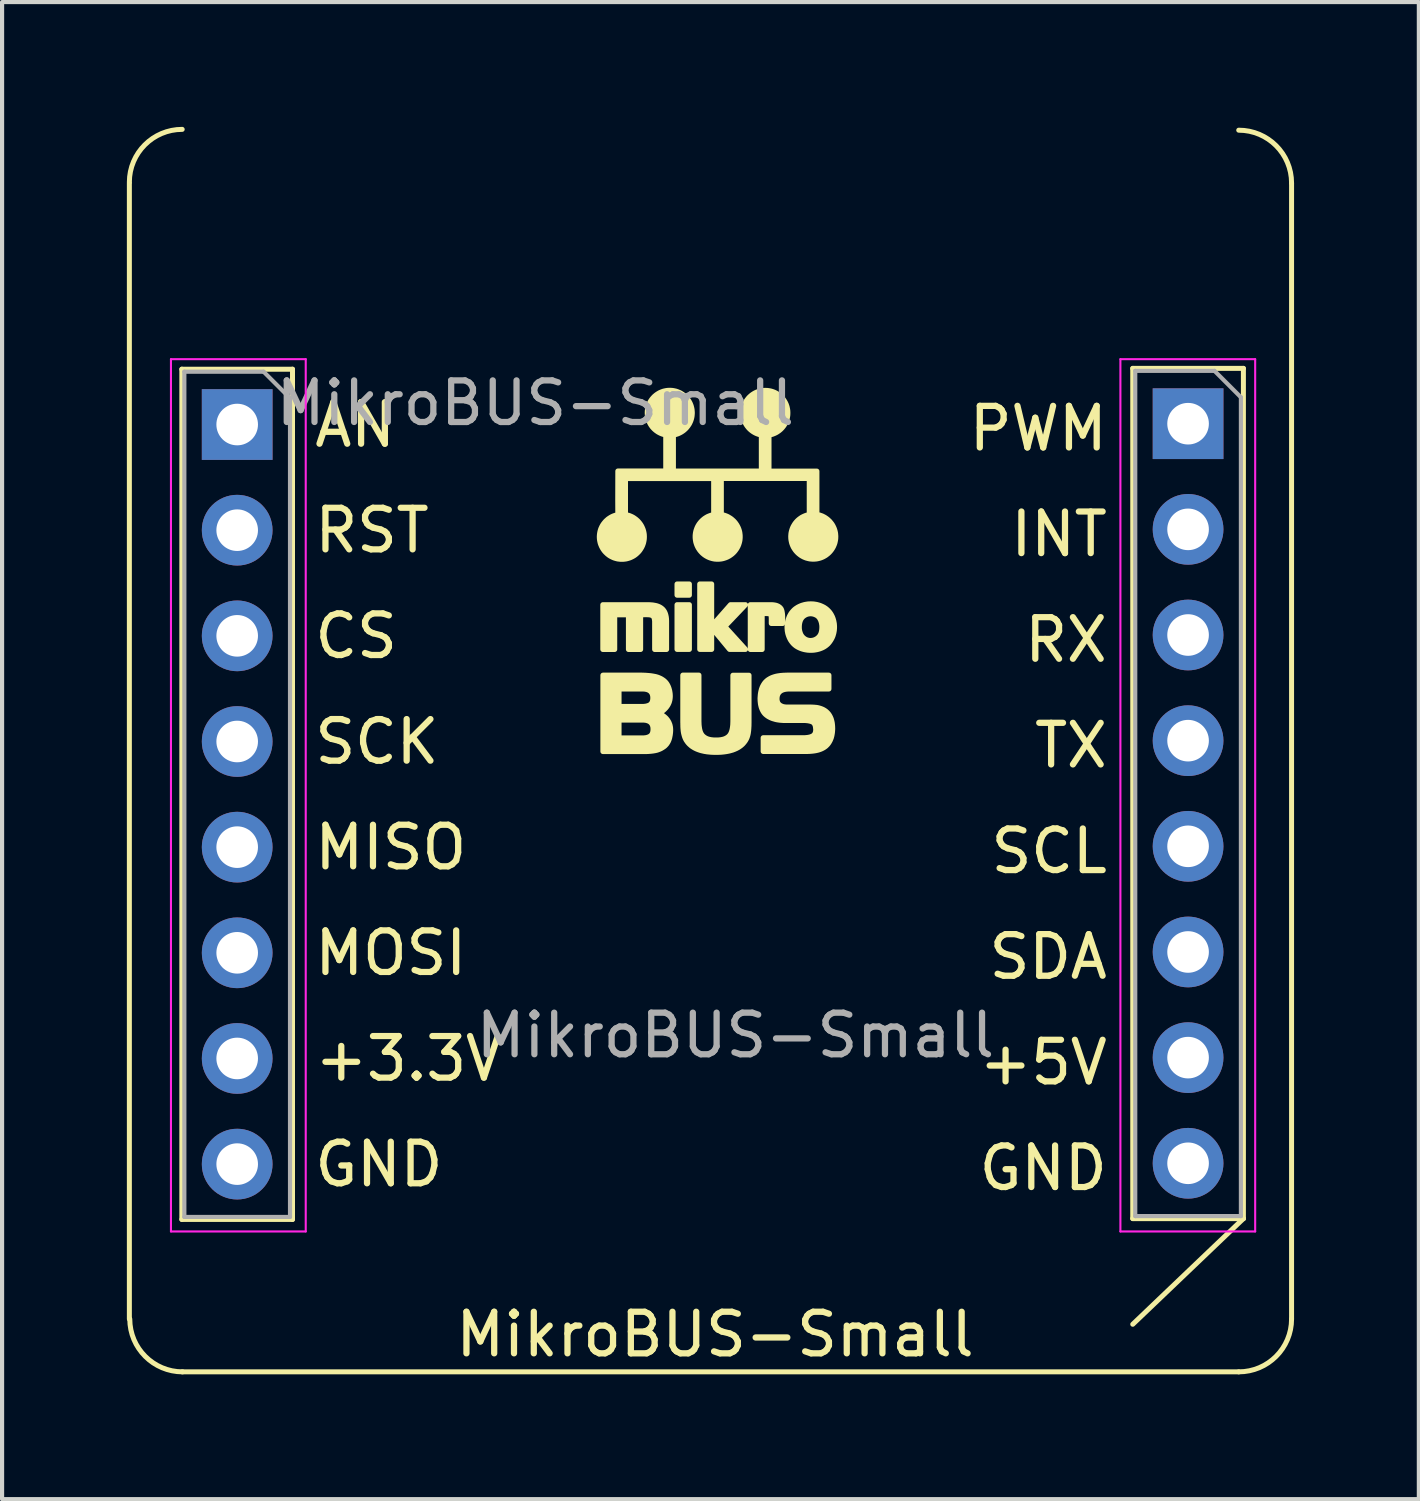
<source format=kicad_pcb>
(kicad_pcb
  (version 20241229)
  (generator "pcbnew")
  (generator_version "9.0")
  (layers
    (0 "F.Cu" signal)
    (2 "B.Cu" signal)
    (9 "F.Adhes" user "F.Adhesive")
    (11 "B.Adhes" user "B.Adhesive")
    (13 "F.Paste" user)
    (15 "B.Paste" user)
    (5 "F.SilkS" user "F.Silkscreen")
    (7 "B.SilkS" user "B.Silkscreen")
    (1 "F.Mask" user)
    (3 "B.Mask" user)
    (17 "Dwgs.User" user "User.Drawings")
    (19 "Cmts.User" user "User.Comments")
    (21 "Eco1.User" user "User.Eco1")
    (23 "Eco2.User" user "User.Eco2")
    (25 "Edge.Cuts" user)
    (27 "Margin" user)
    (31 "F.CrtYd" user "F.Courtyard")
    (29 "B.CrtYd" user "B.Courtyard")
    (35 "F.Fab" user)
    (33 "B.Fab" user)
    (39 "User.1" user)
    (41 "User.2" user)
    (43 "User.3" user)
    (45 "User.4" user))
  (footprint "MikroBUS-Small"
    (layer "F.Cu")
    (at 1.22 5.1)
    (property "Reference" "MikroBUS-Small" (at 12.92 23.93 0) (layer "F.SilkS") (effects (font (size 1 1) (thickness 0.15))))
    (attr through_hole)
    (fp_line (start -1.16 23.56) (end -1.16 -3.745) (stroke (width 0.12) (type solid)) (layer "F.SilkS"))
    (fp_line (start 0.102 0.726) (end 0.102 21.166) (stroke (width 0.12) (type solid)) (layer "F.SilkS"))
    (fp_line (start 0.102 0.726) (end 2.762 0.726) (stroke (width 0.12) (type solid)) (layer "F.SilkS"))
    (fp_line (start 0.102 21.166) (end 2.762 21.166) (stroke (width 0.12) (type solid)) (layer "F.SilkS"))
    (fp_line (start 0.11 24.83) (end 25.51 24.83) (stroke (width 0.12) (type solid)) (layer "F.SilkS"))
    (fp_line (start 2.762 0.726) (end 2.762 21.166) (stroke (width 0.12) (type solid)) (layer "F.SilkS"))
    (fp_line (start 22.962 0.706) (end 22.962 21.146) (stroke (width 0.12) (type solid)) (layer "F.SilkS"))
    (fp_line (start 22.962 0.706) (end 25.622 0.706) (stroke (width 0.12) (type solid)) (layer "F.SilkS"))
    (fp_line (start 22.962 21.146) (end 25.622 21.146) (stroke (width 0.12) (type solid)) (layer "F.SilkS"))
    (fp_line (start 22.962 23.686) (end 25.622 21.146) (stroke (width 0.12) (type solid)) (layer "F.SilkS"))
    (fp_line (start 25.622 0.706) (end 25.622 21.146) (stroke (width 0.12) (type solid)) (layer "F.SilkS"))
    (fp_line (start 26.78 23.56) (end 26.78 -3.745) (stroke (width 0.12) (type solid)) (layer "F.SilkS"))
    (fp_arc (start -1.16 -3.77) (mid -0.788026 -4.668026) (end 0.11 -5.04) (stroke (width 0.12) (type solid)) (layer "F.SilkS"))
    (fp_arc (start 0.12 24.83) (mid -0.778026 24.458026) (end -1.15 23.56) (stroke (width 0.12) (type solid)) (layer "F.SilkS"))
    (fp_arc (start 25.51 -5.02) (mid 26.408026 -4.648026) (end 26.78 -3.75) (stroke (width 0.12) (type solid)) (layer "F.SilkS"))
    (fp_arc (start 26.78 23.56) (mid 26.408026 24.458026) (end 25.51 24.83) (stroke (width 0.12) (type solid)) (layer "F.SilkS"))
    (fp_poly (pts (xy 12.301 6.157) (xy 12.008 6.157) (xy 12.008 5.891) (xy 12.301 5.891) (xy 12.301 6.157)) (stroke (width 0.125) (type solid)) (fill yes) (layer "F.SilkS"))
    (fp_poly (pts (xy 12.301 7.46) (xy 12.008 7.46) (xy 12.008 6.389) (xy 12.301 6.389) (xy 12.301 7.46)) (stroke (width 0.125) (type solid)) (fill yes) (layer "F.SilkS"))
    (fp_poly (pts (xy 12.837 7.46) (xy 12.554 7.46) (xy 12.554 5.891) (xy 12.837 5.891) (xy 12.837 6.905) (xy 13.292 6.389) (xy 13.651 6.389) (xy 13.153 6.912) (xy 13.651 7.46) (xy 13.269 7.46) (xy 12.837 6.939) (xy 12.837 7.46)) (stroke (width 0.125) (type solid)) (fill yes) (layer "F.SilkS"))
    (fp_poly (pts (xy 13.769 6.389) (xy 14.246 6.389) (xy 14.277 6.389) (xy 14.307 6.391) (xy 14.335 6.394) (xy 14.36 6.398) (xy 14.384 6.403) (xy 14.406 6.41) (xy 14.425 6.418) (xy 14.442 6.426) (xy 14.462 6.44) (xy 14.48 6.454) (xy 14.495 6.47) (xy 14.508 6.488) (xy 14.517 6.507) (xy 14.524 6.528) (xy 14.529 6.548) (xy 14.533 6.569) (xy 14.537 6.593) (xy 14.54 6.618) (xy 14.542 6.644) (xy 14.543 6.673) (xy 14.544 6.703) (xy 14.544 6.775) (xy 14.544 6.793) (xy 14.544 6.814) (xy 14.544 6.837) (xy 14.274 6.837) (xy 14.274 6.746) (xy 14.274 6.717) (xy 14.273 6.692) (xy 14.271 6.67) (xy 14.268 6.653) (xy 14.265 6.641) (xy 14.256 6.625) (xy 14.243 6.613) (xy 14.224 6.605) (xy 14.209 6.602) (xy 14.191 6.6) (xy 14.168 6.599) (xy 14.141 6.598) (xy 14.11 6.598) (xy 14.051 6.598) (xy 14.051 7.462) (xy 13.769 7.462) (xy 13.769 6.389)) (stroke (width 0.125) (type solid)) (fill yes) (layer "F.SilkS"))
    (fp_poly (pts (xy 10.226 6.389) (xy 11.308 6.389) (xy 11.335 6.39) (xy 11.362 6.391) (xy 11.387 6.393) (xy 11.412 6.395) (xy 11.435 6.398) (xy 11.457 6.402) (xy 11.479 6.406) (xy 11.499 6.41) (xy 11.525 6.417) (xy 11.55 6.426) (xy 11.574 6.436) (xy 11.596 6.447) (xy 11.617 6.46) (xy 11.637 6.475) (xy 11.655 6.49) (xy 11.671 6.507) (xy 11.686 6.526) (xy 11.7 6.547) (xy 11.712 6.57) (xy 11.722 6.594) (xy 11.729 6.613) (xy 11.735 6.634) (xy 11.74 6.656) (xy 11.745 6.679) (xy 11.748 6.703) (xy 11.751 6.729) (xy 11.752 6.755) (xy 11.753 6.783) (xy 11.753 7.462) (xy 11.47 7.462) (xy 11.47 6.819) (xy 11.47 6.786) (xy 11.467 6.757) (xy 11.463 6.731) (xy 11.457 6.708) (xy 11.449 6.689) (xy 11.44 6.674) (xy 11.429 6.662) (xy 11.414 6.651) (xy 11.396 6.642) (xy 11.374 6.635) (xy 11.35 6.63) (xy 11.321 6.627) (xy 11.29 6.626) (xy 11.274 6.626) (xy 11.251 6.626) (xy 11.222 6.626) (xy 11.198 6.627) (xy 11.175 6.628) (xy 11.152 6.628) (xy 11.129 6.628) (xy 11.129 7.462) (xy 10.84 7.462) (xy 10.84 6.628) (xy 10.506 6.628) (xy 10.506 7.462) (xy 10.224 7.462) (xy 10.224 6.389) (xy 10.226 6.389)) (stroke (width 0.125) (type solid)) (fill yes) (layer "F.SilkS"))
    (fp_poly (pts (xy 12.531 8.083) (xy 12.531 9.184) (xy 12.532 9.215) (xy 12.533 9.245) (xy 12.534 9.274) (xy 12.537 9.302) (xy 12.54 9.328) (xy 12.544 9.354) (xy 12.548 9.378) (xy 12.553 9.4) (xy 12.559 9.422) (xy 12.565 9.442) (xy 12.575 9.466) (xy 12.586 9.489) (xy 12.599 9.51) (xy 12.614 9.53) (xy 12.631 9.548) (xy 12.65 9.564) (xy 12.67 9.579) (xy 12.692 9.592) (xy 12.711 9.602) (xy 12.731 9.611) (xy 12.753 9.618) (xy 12.776 9.625) (xy 12.8 9.63) (xy 12.826 9.635) (xy 12.854 9.638) (xy 12.882 9.641) (xy 12.912 9.642) (xy 12.944 9.642) (xy 12.975 9.642) (xy 13.005 9.641) (xy 13.034 9.638) (xy 13.061 9.635) (xy 13.087 9.63) (xy 13.111 9.625) (xy 13.134 9.618) (xy 13.155 9.611) (xy 13.175 9.602) (xy 13.194 9.592) (xy 13.216 9.579) (xy 13.236 9.564) (xy 13.254 9.548) (xy 13.27 9.53) (xy 13.285 9.51) (xy 13.297 9.489) (xy 13.308 9.466) (xy 13.317 9.442) (xy 13.323 9.422) (xy 13.329 9.4) (xy 13.334 9.378) (xy 13.338 9.354) (xy 13.342 9.329) (xy 13.345 9.302) (xy 13.348 9.275) (xy 13.349 9.246) (xy 13.35 9.216) (xy 13.351 9.185) (xy 13.351 8.085) (xy 13.735 8.085) (xy 13.735 9.194) (xy 13.735 9.224) (xy 13.734 9.254) (xy 13.734 9.282) (xy 13.733 9.31) (xy 13.731 9.336) (xy 13.73 9.362) (xy 13.728 9.387) (xy 13.726 9.411) (xy 13.723 9.434) (xy 13.72 9.455) (xy 13.717 9.476) (xy 13.712 9.501) (xy 13.706 9.526) (xy 13.699 9.549) (xy 13.691 9.573) (xy 13.682 9.596) (xy 13.671 9.618) (xy 13.659 9.64) (xy 13.646 9.661) (xy 13.631 9.682) (xy 13.618 9.698) (xy 13.605 9.714) (xy 13.591 9.73) (xy 13.576 9.745) (xy 13.56 9.759) (xy 13.544 9.773) (xy 13.527 9.786) (xy 13.509 9.798) (xy 13.491 9.811) (xy 13.472 9.822) (xy 13.452 9.833) (xy 13.431 9.844) (xy 13.41 9.853) (xy 13.388 9.863) (xy 13.366 9.871) (xy 13.343 9.88) (xy 13.319 9.887) (xy 13.294 9.894) (xy 13.269 9.901) (xy 13.243 9.907) (xy 13.216 9.912) (xy 13.188 9.917) (xy 13.16 9.921) (xy 13.131 9.925) (xy 13.102 9.928) (xy 13.072 9.931) (xy 13.041 9.933) (xy 13.009 9.934) (xy 12.977 9.935) (xy 12.944 9.935) (xy 12.91 9.935) (xy 12.878 9.934) (xy 12.846 9.933) (xy 12.815 9.931) (xy 12.785 9.928) (xy 12.755 9.925) (xy 12.726 9.922) (xy 12.698 9.917) (xy 12.67 9.913) (xy 12.643 9.907) (xy 12.617 9.901) (xy 12.591 9.895) (xy 12.567 9.888) (xy 12.543 9.88) (xy 12.519 9.872) (xy 12.496 9.863) (xy 12.474 9.854) (xy 12.453 9.844) (xy 12.433 9.834) (xy 12.413 9.823) (xy 12.394 9.811) (xy 12.375 9.799) (xy 12.357 9.787) (xy 12.34 9.773) (xy 12.324 9.759) (xy 12.308 9.745) (xy 12.293 9.73) (xy 12.279 9.715) (xy 12.265 9.698) (xy 12.253 9.682) (xy 12.239 9.662) (xy 12.226 9.643) (xy 12.215 9.622) (xy 12.205 9.601) (xy 12.196 9.58) (xy 12.188 9.558) (xy 12.181 9.535) (xy 12.174 9.509) (xy 12.167 9.482) (xy 12.162 9.456) (xy 12.158 9.431) (xy 12.155 9.405) (xy 12.153 9.38) (xy 12.151 9.361) (xy 12.15 9.34) (xy 12.149 9.318) (xy 12.149 9.296) (xy 12.148 9.272) (xy 12.148 9.246) (xy 12.147 9.22) (xy 12.147 9.192) (xy 12.147 8.082) (xy 12.531 8.082) (xy 12.531 8.083)) (stroke (width 0.125) (type solid)) (fill yes) (layer "F.SilkS"))
    (fp_poly (pts (xy 11.178 9.592) (xy 11.231 9.916) (xy 10.226 9.916) (xy 10.226 8.083) (xy 11.165 8.083) (xy 11.193 8.084) (xy 11.22 8.085) (xy 11.247 8.086) (xy 11.273 8.088) (xy 11.299 8.09) (xy 11.324 8.092) (xy 11.349 8.094) (xy 11.373 8.097) (xy 11.396 8.1) (xy 11.419 8.104) (xy 11.442 8.108) (xy 11.463 8.112) (xy 11.489 8.117) (xy 11.514 8.124) (xy 11.538 8.131) (xy 11.562 8.14) (xy 11.585 8.15) (xy 11.608 8.16) (xy 11.63 8.172) (xy 11.651 8.185) (xy 11.672 8.199) (xy 11.692 8.214) (xy 11.709 8.229) (xy 11.725 8.245) (xy 11.74 8.262) (xy 11.754 8.28) (xy 11.767 8.3) (xy 11.779 8.321) (xy 11.79 8.343) (xy 11.8 8.366) (xy 11.809 8.39) (xy 11.817 8.416) (xy 11.824 8.442) (xy 11.83 8.469) (xy 11.834 8.494) (xy 11.838 8.519) (xy 11.84 8.542) (xy 11.841 8.564) (xy 11.842 8.585) (xy 11.841 8.61) (xy 11.839 8.634) (xy 11.836 8.657) (xy 11.832 8.681) (xy 11.826 8.703) (xy 11.82 8.725) (xy 11.812 8.747) (xy 11.802 8.768) (xy 11.792 8.789) (xy 11.78 8.809) (xy 11.767 8.829) (xy 11.753 8.848) (xy 11.738 8.867) (xy 11.721 8.885) (xy 11.703 8.903) (xy 11.684 8.921) (xy 11.664 8.937) (xy 11.642 8.954) (xy 11.62 8.969) (xy 11.596 8.985) (xy 11.57 9) (xy 11.593 9.011) (xy 11.615 9.022) (xy 11.636 9.034) (xy 11.656 9.047) (xy 11.676 9.06) (xy 11.694 9.074) (xy 11.711 9.088) (xy 11.728 9.103) (xy 11.745 9.12) (xy 11.76 9.138) (xy 11.775 9.157) (xy 11.788 9.176) (xy 11.8 9.196) (xy 11.811 9.217) (xy 11.82 9.239) (xy 11.829 9.261) (xy 11.836 9.283) (xy 11.841 9.306) (xy 11.846 9.33) (xy 11.849 9.354) (xy 11.85 9.379) (xy 11.851 9.405) (xy 11.85 9.425) (xy 11.849 9.447) (xy 11.847 9.469) (xy 11.844 9.493) (xy 11.841 9.517) (xy 11.836 9.542) (xy 11.831 9.567) (xy 11.825 9.595) (xy 11.817 9.621) (xy 11.808 9.645) (xy 11.798 9.669) (xy 11.786 9.691) (xy 11.773 9.712) (xy 11.76 9.732) (xy 11.745 9.75) (xy 11.729 9.767) (xy 11.712 9.784) (xy 11.693 9.799) (xy 11.674 9.812) (xy 11.654 9.825) (xy 11.634 9.837) (xy 11.614 9.848) (xy 11.592 9.858) (xy 11.57 9.867) (xy 11.548 9.875) (xy 11.525 9.883) (xy 11.501 9.889) (xy 11.478 9.894) (xy 11.455 9.898) (xy 11.431 9.902) (xy 11.407 9.905) (xy 11.383 9.908) (xy 11.359 9.91) (xy 11.334 9.912) (xy 11.309 9.914) (xy 11.284 9.915) (xy 11.258 9.915) (xy 11.231 9.916) (xy 11.178 9.592) (xy 11.207 9.592) (xy 11.235 9.589) (xy 11.26 9.586) (xy 11.285 9.58) (xy 11.307 9.574) (xy 11.328 9.565) (xy 11.348 9.556) (xy 11.365 9.544) (xy 11.381 9.531) (xy 11.394 9.516) (xy 11.406 9.498) (xy 11.415 9.479) (xy 11.422 9.457) (xy 11.427 9.433) (xy 11.43 9.407) (xy 11.431 9.378) (xy 11.41 8.725) (xy 11.417 8.704) (xy 11.422 8.68) (xy 11.425 8.654) (xy 11.426 8.626) (xy 11.425 8.6) (xy 11.422 8.576) (xy 11.417 8.554) (xy 11.41 8.533) (xy 11.401 8.513) (xy 11.39 8.496) (xy 11.377 8.48) (xy 11.363 8.466) (xy 11.346 8.453) (xy 11.327 8.442) (xy 11.306 8.433) (xy 11.283 8.425) (xy 11.259 8.42) (xy 11.232 8.415) (xy 11.203 8.413) (xy 11.172 8.412) (xy 10.61 8.412) (xy 10.61 8.835) (xy 11.172 8.835) (xy 11.202 8.835) (xy 11.23 8.832) (xy 11.256 8.829) (xy 11.281 8.823) (xy 11.304 8.817) (xy 11.325 8.809) (xy 11.344 8.8) (xy 11.362 8.789) (xy 11.377 8.776) (xy 11.39 8.761) (xy 11.401 8.744) (xy 11.41 8.725) (xy 11.431 9.378) (xy 11.43 9.353) (xy 11.428 9.33) (xy 11.423 9.307) (xy 11.417 9.287) (xy 11.409 9.268) (xy 11.4 9.25) (xy 11.388 9.235) (xy 11.375 9.22) (xy 11.36 9.207) (xy 11.344 9.196) (xy 11.325 9.186) (xy 11.305 9.178) (xy 11.283 9.171) (xy 11.259 9.165) (xy 11.234 9.162) (xy 11.207 9.159) (xy 11.178 9.159) (xy 10.61 9.159) (xy 10.61 9.592) (xy 11.178 9.592)) (stroke (width 0.125) (type solid)) (fill yes) (layer "F.SilkS"))
    (fp_poly (pts (xy 15.124 7.233) (xy 15.575 7.378) (xy 15.556 7.391) (xy 15.535 7.404) (xy 15.514 7.415) (xy 15.492 7.426) (xy 15.469 7.435) (xy 15.446 7.444) (xy 15.422 7.452) (xy 15.397 7.459) (xy 15.373 7.465) (xy 15.348 7.47) (xy 15.323 7.474) (xy 15.298 7.478) (xy 15.272 7.48) (xy 15.247 7.481) (xy 15.221 7.482) (xy 15.195 7.481) (xy 15.17 7.48) (xy 15.144 7.478) (xy 15.119 7.474) (xy 15.094 7.47) (xy 15.069 7.465) (xy 15.045 7.459) (xy 15.02 7.452) (xy 14.996 7.444) (xy 14.972 7.435) (xy 14.949 7.425) (xy 14.926 7.414) (xy 14.905 7.403) (xy 14.885 7.391) (xy 14.865 7.378) (xy 14.847 7.364) (xy 14.829 7.349) (xy 14.812 7.333) (xy 14.795 7.316) (xy 14.78 7.298) (xy 14.765 7.279) (xy 14.751 7.26) (xy 14.737 7.239) (xy 14.725 7.218) (xy 14.714 7.196) (xy 14.703 7.173) (xy 14.694 7.15) (xy 14.685 7.126) (xy 14.677 7.101) (xy 14.67 7.077) (xy 14.665 7.052) (xy 14.66 7.027) (xy 14.657 7.002) (xy 14.655 6.976) (xy 14.653 6.951) (xy 14.653 6.925) (xy 14.653 6.9) (xy 14.655 6.875) (xy 14.657 6.85) (xy 14.661 6.826) (xy 14.666 6.801) (xy 14.671 6.777) (xy 14.678 6.753) (xy 14.685 6.729) (xy 14.694 6.705) (xy 14.703 6.681) (xy 14.713 6.659) (xy 14.725 6.637) (xy 14.737 6.616) (xy 14.75 6.595) (xy 14.765 6.576) (xy 14.78 6.557) (xy 14.796 6.539) (xy 14.813 6.521) (xy 14.83 6.505) (xy 14.848 6.49) (xy 14.867 6.476) (xy 14.887 6.463) (xy 14.907 6.45) (xy 14.928 6.439) (xy 14.95 6.428) (xy 14.973 6.418) (xy 14.997 6.408) (xy 15.022 6.4) (xy 15.046 6.393) (xy 15.071 6.386) (xy 15.096 6.381) (xy 15.121 6.377) (xy 15.146 6.373) (xy 15.171 6.371) (xy 15.197 6.37) (xy 15.222 6.369) (xy 15.248 6.37) (xy 15.274 6.371) (xy 15.299 6.373) (xy 15.324 6.377) (xy 15.349 6.381) (xy 15.374 6.386) (xy 15.398 6.393) (xy 15.423 6.4) (xy 15.447 6.408) (xy 15.471 6.418) (xy 15.494 6.428) (xy 15.516 6.439) (xy 15.538 6.45) (xy 15.558 6.463) (xy 15.578 6.476) (xy 15.596 6.49) (xy 15.614 6.505) (xy 15.631 6.521) (xy 15.648 6.538) (xy 15.664 6.556) (xy 15.679 6.574) (xy 15.693 6.594) (xy 15.706 6.614) (xy 15.718 6.635) (xy 15.729 6.656) (xy 15.74 6.678) (xy 15.749 6.701) (xy 15.758 6.725) (xy 15.765 6.749) (xy 15.772 6.774) (xy 15.777 6.799) (xy 15.782 6.823) (xy 15.786 6.848) (xy 15.788 6.874) (xy 15.79 6.899) (xy 15.79 6.925) (xy 15.79 6.95) (xy 15.788 6.975) (xy 15.786 7.001) (xy 15.782 7.026) (xy 15.777 7.051) (xy 15.772 7.076) (xy 15.765 7.1) (xy 15.758 7.125) (xy 15.749 7.15) (xy 15.739 7.173) (xy 15.728 7.196) (xy 15.716 7.217) (xy 15.703 7.239) (xy 15.69 7.259) (xy 15.676 7.279) (xy 15.661 7.298) (xy 15.646 7.316) (xy 15.63 7.333) (xy 15.612 7.349) (xy 15.594 7.364) (xy 15.575 7.378) (xy 15.124 7.233) (xy 15.147 7.24) (xy 15.17 7.246) (xy 15.193 7.249) (xy 15.217 7.25) (xy 15.241 7.248) (xy 15.265 7.245) (xy 15.288 7.24) (xy 15.31 7.233) (xy 15.332 7.224) (xy 15.353 7.212) (xy 15.374 7.2) (xy 15.393 7.184) (xy 15.411 7.168) (xy 15.427 7.15) (xy 15.441 7.131) (xy 15.453 7.11) (xy 15.464 7.088) (xy 15.472 7.064) (xy 15.478 7.041) (xy 15.483 7.019) (xy 15.486 6.996) (xy 15.488 6.973) (xy 15.49 6.951) (xy 15.49 6.928) (xy 15.49 6.902) (xy 15.488 6.877) (xy 15.484 6.853) (xy 15.48 6.829) (xy 15.474 6.806) (xy 15.467 6.783) (xy 15.459 6.762) (xy 15.449 6.741) (xy 15.437 6.718) (xy 15.423 6.697) (xy 15.407 6.678) (xy 15.389 6.662) (xy 15.369 6.647) (xy 15.348 6.635) (xy 15.324 6.625) (xy 15.304 6.617) (xy 15.283 6.611) (xy 15.262 6.607) (xy 15.241 6.604) (xy 15.221 6.603) (xy 15.196 6.604) (xy 15.171 6.607) (xy 15.148 6.612) (xy 15.125 6.619) (xy 15.102 6.628) (xy 15.081 6.64) (xy 15.06 6.653) (xy 15.04 6.668) (xy 15.022 6.685) (xy 15.007 6.703) (xy 14.993 6.723) (xy 14.981 6.744) (xy 14.971 6.766) (xy 14.963 6.789) (xy 14.957 6.811) (xy 14.952 6.833) (xy 14.948 6.855) (xy 14.946 6.878) (xy 14.944 6.901) (xy 14.944 6.925) (xy 14.944 6.95) (xy 14.946 6.975) (xy 14.95 7) (xy 14.954 7.024) (xy 14.961 7.047) (xy 14.968 7.07) (xy 14.977 7.092) (xy 14.987 7.114) (xy 15 7.134) (xy 15.014 7.153) (xy 15.03 7.171) (xy 15.046 7.186) (xy 15.064 7.2) (xy 15.083 7.213) (xy 15.103 7.224) (xy 15.124 7.233)) (stroke (width 0.125) (type solid)) (fill yes) (layer "F.SilkS"))
    (fp_poly (pts (xy 15.656 8.412) (xy 14.706 8.412) (xy 14.676 8.413) (xy 14.646 8.415) (xy 14.619 8.418) (xy 14.593 8.423) (xy 14.569 8.429) (xy 14.547 8.436) (xy 14.526 8.445) (xy 14.507 8.455) (xy 14.49 8.466) (xy 14.475 8.479) (xy 14.461 8.493) (xy 14.448 8.508) (xy 14.438 8.524) (xy 14.429 8.542) (xy 14.421 8.561) (xy 14.415 8.582) (xy 14.411 8.604) (xy 14.409 8.627) (xy 14.408 8.651) (xy 14.409 8.679) (xy 14.414 8.705) (xy 14.421 8.729) (xy 14.43 8.75) (xy 14.443 8.769) (xy 14.458 8.786) (xy 14.476 8.801) (xy 14.493 8.813) (xy 14.512 8.822) (xy 14.532 8.831) (xy 14.553 8.838) (xy 14.576 8.843) (xy 14.6 8.847) (xy 14.625 8.849) (xy 14.651 8.85) (xy 15.16 8.85) (xy 15.19 8.85) (xy 15.218 8.85) (xy 15.245 8.851) (xy 15.27 8.852) (xy 15.294 8.853) (xy 15.316 8.855) (xy 15.337 8.857) (xy 15.36 8.859) (xy 15.384 8.863) (xy 15.407 8.868) (xy 15.431 8.875) (xy 15.455 8.882) (xy 15.479 8.891) (xy 15.503 8.901) (xy 15.526 8.912) (xy 15.548 8.925) (xy 15.568 8.938) (xy 15.588 8.953) (xy 15.606 8.969) (xy 15.622 8.985) (xy 15.637 9.001) (xy 15.651 9.018) (xy 15.664 9.037) (xy 15.676 9.056) (xy 15.687 9.077) (xy 15.697 9.098) (xy 15.707 9.121) (xy 15.715 9.144) (xy 15.722 9.169) (xy 15.728 9.194) (xy 15.734 9.22) (xy 15.738 9.248) (xy 15.741 9.276) (xy 15.744 9.306) (xy 15.745 9.336) (xy 15.746 9.367) (xy 15.745 9.395) (xy 15.743 9.422) (xy 15.741 9.448) (xy 15.738 9.473) (xy 15.734 9.497) (xy 15.73 9.521) (xy 15.725 9.544) (xy 15.719 9.566) (xy 15.713 9.588) (xy 15.705 9.608) (xy 15.697 9.628) (xy 15.687 9.651) (xy 15.675 9.673) (xy 15.663 9.694) (xy 15.65 9.714) (xy 15.636 9.733) (xy 15.621 9.751) (xy 15.605 9.767) (xy 15.589 9.783) (xy 15.571 9.798) (xy 15.552 9.811) (xy 15.533 9.824) (xy 15.513 9.835) (xy 15.492 9.846) (xy 15.47 9.856) (xy 15.447 9.865) (xy 15.424 9.873) (xy 15.399 9.881) (xy 15.374 9.887) (xy 15.353 9.892) (xy 15.331 9.896) (xy 15.308 9.9) (xy 15.285 9.903) (xy 15.262 9.906) (xy 15.237 9.908) (xy 15.212 9.91) (xy 15.186 9.912) (xy 15.16 9.913) (xy 15.132 9.914) (xy 15.104 9.914) (xy 14.079 9.914) (xy 14.079 9.587) (xy 15.046 9.587) (xy 15.076 9.587) (xy 15.105 9.585) (xy 15.132 9.582) (xy 15.158 9.579) (xy 15.182 9.574) (xy 15.205 9.569) (xy 15.226 9.562) (xy 15.245 9.554) (xy 15.263 9.546) (xy 15.282 9.534) (xy 15.298 9.52) (xy 15.311 9.505) (xy 15.322 9.486) (xy 15.331 9.466) (xy 15.337 9.443) (xy 15.341 9.418) (xy 15.342 9.391) (xy 15.342 9.374) (xy 15.338 9.348) (xy 15.335 9.319) (xy 15.329 9.293) (xy 15.32 9.27) (xy 15.309 9.25) (xy 15.296 9.232) (xy 15.281 9.218) (xy 15.263 9.207) (xy 15.246 9.199) (xy 15.227 9.192) (xy 15.205 9.186) (xy 15.182 9.181) (xy 15.157 9.176) (xy 15.131 9.173) (xy 15.102 9.17) (xy 15.071 9.169) (xy 14.617 9.169) (xy 14.586 9.169) (xy 14.556 9.168) (xy 14.527 9.166) (xy 14.498 9.164) (xy 14.47 9.161) (xy 14.443 9.157) (xy 14.417 9.153) (xy 14.391 9.148) (xy 14.367 9.142) (xy 14.343 9.135) (xy 14.319 9.128) (xy 14.297 9.121) (xy 14.275 9.112) (xy 14.254 9.103) (xy 14.234 9.093) (xy 14.215 9.083) (xy 14.196 9.072) (xy 14.179 9.06) (xy 14.162 9.048) (xy 14.145 9.034) (xy 14.128 9.019) (xy 14.113 9.003) (xy 14.099 8.986) (xy 14.086 8.968) (xy 14.074 8.948) (xy 14.063 8.928) (xy 14.053 8.907) (xy 14.044 8.885) (xy 14.035 8.861) (xy 14.028 8.837) (xy 14.022 8.811) (xy 14.016 8.785) (xy 14.012 8.757) (xy 14.009 8.729) (xy 14.006 8.699) (xy 14.005 8.669) (xy 14.004 8.637) (xy 14.006 8.609) (xy 14.008 8.582) (xy 14.01 8.556) (xy 14.013 8.53) (xy 14.017 8.505) (xy 14.022 8.481) (xy 14.027 8.458) (xy 14.033 8.435) (xy 14.039 8.413) (xy 14.047 8.393) (xy 14.054 8.373) (xy 14.065 8.349) (xy 14.077 8.327) (xy 14.089 8.306) (xy 14.102 8.286) (xy 14.116 8.267) (xy 14.131 8.249) (xy 14.147 8.233) (xy 14.164 8.217) (xy 14.181 8.203) (xy 14.2 8.189) (xy 14.22 8.177) (xy 14.24 8.165) (xy 14.261 8.154) (xy 14.282 8.144) (xy 14.305 8.135) (xy 14.328 8.127) (xy 14.353 8.119) (xy 14.378 8.112) (xy 14.399 8.107) (xy 14.421 8.103) (xy 14.443 8.099) (xy 14.466 8.096) (xy 14.49 8.092) (xy 14.514 8.09) (xy 14.539 8.088) (xy 14.565 8.086) (xy 14.591 8.085) (xy 14.618 8.084) (xy 14.646 8.083) (xy 15.656 8.083) (xy 15.656 8.412)) (stroke (width 0.125) (type solid)) (fill yes) (layer "F.SilkS"))
    (fp_poly (pts (xy 15.365 3.178) (xy 15.187 3.178) (xy 14.215 3.178) (xy 14.215 2.308) (xy 14.239 2.304) (xy 14.263 2.299) (xy 14.286 2.292) (xy 14.309 2.285) (xy 14.331 2.276) (xy 14.353 2.267) (xy 14.374 2.257) (xy 14.395 2.246) (xy 14.415 2.234) (xy 14.434 2.221) (xy 14.453 2.208) (xy 14.472 2.193) (xy 14.49 2.178) (xy 14.507 2.162) (xy 14.523 2.145) (xy 14.539 2.128) (xy 14.553 2.11) (xy 14.568 2.091) (xy 14.581 2.072) (xy 14.593 2.052) (xy 14.605 2.032) (xy 14.616 2.011) (xy 14.625 1.989) (xy 14.634 1.967) (xy 14.642 1.945) (xy 14.649 1.922) (xy 14.655 1.899) (xy 14.66 1.875) (xy 14.664 1.851) (xy 14.667 1.826) (xy 14.668 1.801) (xy 14.669 1.776) (xy 14.668 1.752) (xy 14.667 1.727) (xy 14.664 1.703) (xy 14.66 1.679) (xy 14.655 1.656) (xy 14.65 1.633) (xy 14.643 1.61) (xy 14.635 1.588) (xy 14.627 1.566) (xy 14.617 1.545) (xy 14.607 1.524) (xy 14.595 1.504) (xy 14.583 1.484) (xy 14.57 1.465) (xy 14.557 1.447) (xy 14.542 1.429) (xy 14.527 1.411) (xy 14.511 1.395) (xy 14.495 1.379) (xy 14.477 1.364) (xy 14.459 1.349) (xy 14.441 1.336) (xy 14.422 1.323) (xy 14.402 1.311) (xy 14.382 1.299) (xy 14.361 1.289) (xy 14.34 1.279) (xy 14.318 1.271) (xy 14.296 1.263) (xy 14.273 1.256) (xy 14.25 1.25) (xy 14.227 1.246) (xy 14.203 1.242) (xy 14.179 1.239) (xy 14.154 1.238) (xy 14.13 1.237) (xy 14.105 1.238) (xy 14.08 1.239) (xy 14.056 1.242) (xy 14.033 1.246) (xy 14.009 1.25) (xy 13.986 1.256) (xy 13.963 1.263) (xy 13.941 1.271) (xy 13.92 1.279) (xy 13.898 1.289) (xy 13.878 1.299) (xy 13.857 1.311) (xy 13.838 1.323) (xy 13.818 1.336) (xy 13.8 1.349) (xy 13.782 1.364) (xy 13.765 1.379) (xy 13.748 1.395) (xy 13.732 1.411) (xy 13.717 1.429) (xy 13.703 1.447) (xy 13.689 1.465) (xy 13.676 1.484) (xy 13.664 1.504) (xy 13.653 1.524) (xy 13.642 1.545) (xy 13.633 1.566) (xy 13.624 1.588) (xy 13.616 1.61) (xy 13.61 1.633) (xy 13.604 1.656) (xy 13.599 1.679) (xy 13.595 1.703) (xy 13.593 1.727) (xy 13.591 1.752) (xy 13.59 1.776) (xy 13.591 1.802) (xy 13.593 1.827) (xy 13.596 1.852) (xy 13.6 1.877) (xy 13.605 1.901) (xy 13.611 1.925) (xy 13.618 1.948) (xy 13.627 1.971) (xy 13.636 1.993) (xy 13.646 2.015) (xy 13.657 2.036) (xy 13.669 2.057) (xy 13.682 2.077) (xy 13.696 2.097) (xy 13.711 2.115) (xy 13.726 2.134) (xy 13.742 2.151) (xy 13.759 2.168) (xy 13.777 2.184) (xy 13.795 2.199) (xy 13.814 2.213) (xy 13.834 2.227) (xy 13.854 2.239) (xy 13.875 2.251) (xy 13.896 2.262) (xy 13.918 2.272) (xy 13.941 2.281) (xy 13.964 2.289) (xy 13.987 2.296) (xy 14.011 2.302) (xy 14.035 2.307) (xy 14.035 3.176) (xy 13.069 3.176) (xy 12.889 3.176) (xy 11.917 3.176) (xy 11.917 2.307) (xy 11.941 2.302) (xy 11.965 2.297) (xy 11.988 2.29) (xy 12.01 2.283) (xy 12.033 2.275) (xy 12.054 2.265) (xy 12.076 2.255) (xy 12.096 2.244) (xy 12.117 2.232) (xy 12.136 2.219) (xy 12.155 2.206) (xy 12.174 2.191) (xy 12.191 2.176) (xy 12.208 2.16) (xy 12.225 2.144) (xy 12.24 2.126) (xy 12.255 2.108) (xy 12.269 2.09) (xy 12.282 2.07) (xy 12.295 2.051) (xy 12.307 2.03) (xy 12.317 2.009) (xy 12.327 1.988) (xy 12.336 1.966) (xy 12.344 1.943) (xy 12.351 1.92) (xy 12.357 1.897) (xy 12.362 1.873) (xy 12.366 1.849) (xy 12.368 1.824) (xy 12.37 1.8) (xy 12.371 1.775) (xy 12.37 1.75) (xy 12.368 1.725) (xy 12.366 1.701) (xy 12.362 1.677) (xy 12.357 1.654) (xy 12.351 1.631) (xy 12.345 1.608) (xy 12.337 1.586) (xy 12.328 1.564) (xy 12.319 1.543) (xy 12.308 1.522) (xy 12.297 1.502) (xy 12.285 1.482) (xy 12.272 1.463) (xy 12.258 1.445) (xy 12.244 1.427) (xy 12.229 1.41) (xy 12.213 1.393) (xy 12.196 1.377) (xy 12.179 1.362) (xy 12.161 1.347) (xy 12.143 1.334) (xy 12.123 1.321) (xy 12.104 1.309) (xy 12.083 1.297) (xy 12.063 1.287) (xy 12.041 1.278) (xy 12.02 1.269) (xy 11.997 1.261) (xy 11.975 1.254) (xy 11.952 1.249) (xy 11.928 1.244) (xy 11.905 1.24) (xy 11.88 1.237) (xy 11.856 1.236) (xy 11.831 1.235) (xy 11.807 1.236) (xy 11.782 1.237) (xy 11.758 1.24) (xy 11.734 1.244) (xy 11.711 1.249) (xy 11.688 1.254) (xy 11.665 1.261) (xy 11.643 1.269) (xy 11.621 1.278) (xy 11.6 1.287) (xy 11.579 1.297) (xy 11.559 1.309) (xy 11.539 1.321) (xy 11.52 1.334) (xy 11.502 1.347) (xy 11.484 1.362) (xy 11.466 1.377) (xy 11.45 1.393) (xy 11.434 1.41) (xy 11.419 1.427) (xy 11.404 1.445) (xy 11.391 1.463) (xy 11.378 1.482) (xy 11.366 1.502) (xy 11.354 1.522) (xy 11.344 1.543) (xy 11.334 1.564) (xy 11.326 1.586) (xy 11.318 1.608) (xy 11.311 1.631) (xy 11.306 1.654) (xy 11.301 1.677) (xy 11.297 1.701) (xy 11.294 1.725) (xy 11.293 1.75) (xy 11.292 1.775) (xy 11.293 1.8) (xy 11.294 1.825) (xy 11.297 1.85) (xy 11.301 1.875) (xy 11.307 1.899) (xy 11.313 1.923) (xy 11.32 1.946) (xy 11.328 1.969) (xy 11.338 1.991) (xy 11.348 2.013) (xy 11.359 2.034) (xy 11.371 2.055) (xy 11.384 2.075) (xy 11.398 2.095) (xy 11.412 2.114) (xy 11.428 2.132) (xy 11.444 2.149) (xy 11.461 2.166) (xy 11.479 2.182) (xy 11.497 2.197) (xy 11.516 2.211) (xy 11.536 2.225) (xy 11.556 2.238) (xy 11.577 2.249) (xy 11.598 2.26) (xy 11.62 2.27) (xy 11.642 2.279) (xy 11.665 2.287) (xy 11.689 2.294) (xy 11.713 2.3) (xy 11.737 2.305) (xy 11.737 3.175) (xy 10.585 3.175) (xy 10.583 3.882) (xy 10.585 4.225) (xy 10.561 4.229) (xy 10.537 4.235) (xy 10.514 4.242) (xy 10.491 4.25) (xy 10.468 4.259) (xy 10.446 4.269) (xy 10.425 4.28) (xy 10.404 4.292) (xy 10.384 4.305) (xy 10.364 4.318) (xy 10.345 4.332) (xy 10.327 4.348) (xy 10.309 4.364) (xy 10.292 4.38) (xy 10.276 4.398) (xy 10.261 4.416) (xy 10.246 4.435) (xy 10.232 4.454) (xy 10.219 4.474) (xy 10.207 4.495) (xy 10.196 4.516) (xy 10.186 4.538) (xy 10.176 4.56) (xy 10.168 4.583) (xy 10.161 4.607) (xy 10.155 4.63) (xy 10.15 4.655) (xy 10.146 4.679) (xy 10.143 4.704) (xy 10.141 4.729) (xy 10.14 4.755) (xy 10.141 4.78) (xy 10.142 4.804) (xy 10.145 4.828) (xy 10.149 4.852) (xy 10.154 4.875) (xy 10.159 4.898) (xy 10.166 4.921) (xy 10.174 4.943) (xy 10.183 4.965) (xy 10.192 4.986) (xy 10.203 5.007) (xy 10.214 5.027) (xy 10.226 5.047) (xy 10.239 5.066) (xy 10.252 5.085) (xy 10.267 5.103) (xy 10.282 5.12) (xy 10.298 5.136) (xy 10.315 5.152) (xy 10.332 5.168) (xy 10.35 5.182) (xy 10.368 5.196) (xy 10.387 5.209) (xy 10.407 5.221) (xy 10.427 5.232) (xy 10.448 5.242) (xy 10.469 5.252) (xy 10.491 5.261) (xy 10.513 5.268) (xy 10.536 5.275) (xy 10.559 5.281) (xy 10.582 5.286) (xy 10.606 5.289) (xy 10.63 5.292) (xy 10.655 5.294) (xy 10.68 5.294) (xy 10.704 5.294) (xy 10.729 5.292) (xy 10.753 5.289) (xy 10.777 5.286) (xy 10.8 5.281) (xy 10.823 5.275) (xy 10.846 5.268) (xy 10.868 5.261) (xy 10.89 5.252) (xy 10.911 5.242) (xy 10.932 5.232) (xy 10.952 5.221) (xy 10.972 5.209) (xy 10.991 5.196) (xy 11.009 5.182) (xy 11.027 5.168) (xy 11.044 5.152) (xy 11.061 5.136) (xy 11.077 5.12) (xy 11.092 5.103) (xy 11.107 5.085) (xy 11.12 5.066) (xy 11.133 5.047) (xy 11.145 5.027) (xy 11.157 5.007) (xy 11.167 4.986) (xy 11.177 4.965) (xy 11.185 4.943) (xy 11.193 4.921) (xy 11.2 4.898) (xy 11.205 4.875) (xy 11.21 4.852) (xy 11.214 4.828) (xy 11.217 4.804) (xy 11.218 4.78) (xy 11.219 4.755) (xy 11.218 4.73) (xy 11.217 4.705) (xy 11.214 4.68) (xy 11.21 4.656) (xy 11.205 4.633) (xy 11.199 4.609) (xy 11.192 4.586) (xy 11.184 4.564) (xy 11.175 4.542) (xy 11.165 4.52) (xy 11.155 4.499) (xy 11.143 4.479) (xy 11.131 4.459) (xy 11.117 4.44) (xy 11.103 4.421) (xy 11.088 4.403) (xy 11.073 4.386) (xy 11.057 4.369) (xy 11.039 4.353) (xy 11.022 4.338) (xy 11.003 4.324) (xy 10.984 4.31) (xy 10.965 4.297) (xy 10.945 4.285) (xy 10.924 4.274) (xy 10.903 4.264) (xy 10.881 4.255) (xy 10.859 4.246) (xy 10.836 4.239) (xy 10.813 4.233) (xy 10.789 4.227) (xy 10.765 4.223) (xy 10.765 3.353) (xy 11.737 3.353) (xy 11.917 3.353) (xy 12.889 3.353) (xy 12.889 4.223) (xy 12.864 4.228) (xy 12.84 4.234) (xy 12.817 4.241) (xy 12.794 4.249) (xy 12.771 4.258) (xy 12.749 4.267) (xy 12.728 4.278) (xy 12.707 4.29) (xy 12.687 4.303) (xy 12.667 4.316) (xy 12.648 4.331) (xy 12.63 4.346) (xy 12.612 4.362) (xy 12.595 4.379) (xy 12.579 4.396) (xy 12.564 4.414) (xy 12.549 4.433) (xy 12.535 4.452) (xy 12.522 4.473) (xy 12.51 4.493) (xy 12.499 4.514) (xy 12.489 4.536) (xy 12.48 4.559) (xy 12.472 4.582) (xy 12.464 4.605) (xy 12.458 4.629) (xy 12.453 4.653) (xy 12.449 4.677) (xy 12.446 4.702) (xy 12.444 4.728) (xy 12.444 4.753) (xy 12.444 4.778) (xy 12.446 4.802) (xy 12.449 4.826) (xy 12.453 4.85) (xy 12.457 4.874) (xy 12.463 4.897) (xy 12.47 4.919) (xy 12.478 4.942) (xy 12.486 4.963) (xy 12.496 4.985) (xy 12.506 5.005) (xy 12.517 5.026) (xy 12.53 5.045) (xy 12.542 5.064) (xy 12.556 5.083) (xy 12.571 5.101) (xy 12.586 5.118) (xy 12.602 5.135) (xy 12.618 5.151) (xy 12.636 5.166) (xy 12.653 5.18) (xy 12.672 5.194) (xy 12.691 5.207) (xy 12.711 5.219) (xy 12.731 5.23) (xy 12.752 5.241) (xy 12.773 5.25) (xy 12.795 5.259) (xy 12.817 5.266) (xy 12.84 5.273) (xy 12.863 5.279) (xy 12.886 5.284) (xy 12.91 5.288) (xy 12.934 5.29) (xy 12.958 5.292) (xy 12.983 5.292) (xy 13.008 5.292) (xy 13.032 5.29) (xy 13.056 5.288) (xy 13.08 5.284) (xy 13.104 5.279) (xy 13.127 5.273) (xy 13.149 5.266) (xy 13.171 5.259) (xy 13.193 5.25) (xy 13.215 5.241) (xy 13.235 5.23) (xy 13.256 5.219) (xy 13.275 5.207) (xy 13.294 5.194) (xy 13.313 5.18) (xy 13.331 5.166) (xy 13.348 5.151) (xy 13.365 5.135) (xy 13.381 5.118) (xy 13.396 5.101) (xy 13.41 5.083) (xy 13.424 5.064) (xy 13.437 5.045) (xy 13.449 5.026) (xy 13.46 5.005) (xy 13.471 4.985) (xy 13.48 4.963) (xy 13.489 4.942) (xy 13.496 4.919) (xy 13.503 4.897) (xy 13.509 4.874) (xy 13.514 4.85) (xy 13.518 4.826) (xy 13.52 4.802) (xy 13.522 4.778) (xy 13.522 4.753) (xy 13.522 4.728) (xy 13.52 4.703) (xy 13.517 4.679) (xy 13.514 4.655) (xy 13.509 4.631) (xy 13.503 4.607) (xy 13.496 4.585) (xy 13.488 4.562) (xy 13.479 4.54) (xy 13.469 4.519) (xy 13.458 4.498) (xy 13.447 4.477) (xy 13.434 4.457) (xy 13.421 4.438) (xy 13.407 4.419) (xy 13.392 4.401) (xy 13.377 4.384) (xy 13.36 4.367) (xy 13.343 4.352) (xy 13.325 4.336) (xy 13.307 4.322) (xy 13.288 4.308) (xy 13.268 4.296) (xy 13.248 4.284) (xy 13.228 4.272) (xy 13.206 4.262) (xy 13.184 4.253) (xy 13.162 4.245) (xy 13.139 4.237) (xy 13.116 4.231) (xy 13.093 4.225) (xy 13.069 4.221) (xy 13.069 3.351) (xy 14.035 3.351) (xy 14.215 3.351) (xy 15.187 3.351) (xy 15.187 4.221) (xy 15.162 4.226) (xy 15.139 4.232) (xy 15.115 4.239) (xy 15.092 4.247) (xy 15.07 4.256) (xy 15.048 4.266) (xy 15.026 4.277) (xy 15.005 4.288) (xy 14.985 4.301) (xy 14.965 4.315) (xy 14.946 4.329) (xy 14.928 4.344) (xy 14.91 4.36) (xy 14.893 4.377) (xy 14.877 4.394) (xy 14.862 4.412) (xy 14.847 4.431) (xy 14.833 4.451) (xy 14.821 4.471) (xy 14.809 4.491) (xy 14.797 4.513) (xy 14.787 4.535) (xy 14.778 4.557) (xy 14.77 4.58) (xy 14.763 4.603) (xy 14.757 4.627) (xy 14.751 4.651) (xy 14.747 4.676) (xy 14.745 4.7) (xy 14.743 4.726) (xy 14.742 4.751) (xy 14.743 4.776) (xy 14.744 4.801) (xy 14.747 4.825) (xy 14.751 4.848) (xy 14.756 4.872) (xy 14.761 4.895) (xy 14.768 4.918) (xy 14.776 4.94) (xy 14.784 4.961) (xy 14.794 4.983) (xy 14.804 5.004) (xy 14.816 5.024) (xy 14.828 5.043) (xy 14.841 5.063) (xy 14.854 5.081) (xy 14.869 5.099) (xy 14.884 5.116) (xy 14.9 5.133) (xy 14.917 5.149) (xy 14.934 5.164) (xy 14.952 5.178) (xy 14.97 5.192) (xy 14.989 5.205) (xy 15.009 5.217) (xy 15.029 5.228) (xy 15.05 5.239) (xy 15.071 5.248) (xy 15.093 5.257) (xy 15.115 5.265) (xy 15.138 5.271) (xy 15.161 5.277) (xy 15.184 5.282) (xy 15.208 5.286) (xy 15.232 5.288) (xy 15.257 5.29) (xy 15.281 5.291) (xy 15.306 5.29) (xy 15.331 5.288) (xy 15.355 5.286) (xy 15.378 5.282) (xy 15.402 5.277) (xy 15.425 5.271) (xy 15.448 5.265) (xy 15.47 5.257) (xy 15.492 5.248) (xy 15.513 5.239) (xy 15.534 5.228) (xy 15.554 5.217) (xy 15.574 5.205) (xy 15.593 5.192) (xy 15.611 5.178) (xy 15.629 5.164) (xy 15.646 5.149) (xy 15.663 5.133) (xy 15.679 5.116) (xy 15.694 5.099) (xy 15.708 5.081) (xy 15.722 5.063) (xy 15.735 5.043) (xy 15.747 5.024) (xy 15.758 5.004) (xy 15.769 4.983) (xy 15.778 4.961) (xy 15.787 4.94) (xy 15.795 4.918) (xy 15.802 4.895) (xy 15.807 4.872) (xy 15.812 4.848) (xy 15.816 4.825) (xy 15.819 4.801) (xy 15.82 4.776) (xy 15.821 4.751) (xy 15.82 4.726) (xy 15.818 4.701) (xy 15.816 4.677) (xy 15.812 4.653) (xy 15.807 4.629) (xy 15.801 4.606) (xy 15.794 4.583) (xy 15.786 4.56) (xy 15.777 4.538) (xy 15.767 4.517) (xy 15.757 4.496) (xy 15.745 4.475) (xy 15.733 4.455) (xy 15.719 4.436) (xy 15.705 4.418) (xy 15.69 4.4) (xy 15.675 4.382) (xy 15.658 4.366) (xy 15.641 4.35) (xy 15.624 4.335) (xy 15.605 4.32) (xy 15.586 4.307) (xy 15.567 4.294) (xy 15.547 4.282) (xy 15.526 4.271) (xy 15.505 4.26) (xy 15.483 4.251) (xy 15.46 4.243) (xy 15.438 4.235) (xy 15.415 4.229) (xy 15.391 4.224) (xy 15.367 4.219) (xy 15.367 3.35) (xy 15.367 3.178) (xy 15.365 3.178)) (stroke (width 0.125) (type solid)) (fill yes) (layer "F.SilkS"))
    (fp_line (start -0.16 0.485) (end 3.08 0.485) (stroke (width 0.05) (type solid)) (layer "F.CrtYd"))
    (fp_line (start -0.16 21.455) (end -0.16 0.485) (stroke (width 0.05) (type solid)) (layer "F.CrtYd"))
    (fp_line (start 3.08 0.485) (end 3.08 21.455) (stroke (width 0.05) (type solid)) (layer "F.CrtYd"))
    (fp_line (start 3.08 21.455) (end -0.16 21.455) (stroke (width 0.05) (type solid)) (layer "F.CrtYd"))
    (fp_line (start 22.665 0.485) (end 25.905 0.485) (stroke (width 0.05) (type solid)) (layer "F.CrtYd"))
    (fp_line (start 22.665 21.455) (end 22.665 0.485) (stroke (width 0.05) (type solid)) (layer "F.CrtYd"))
    (fp_line (start 25.905 0.485) (end 25.905 21.455) (stroke (width 0.05) (type solid)) (layer "F.CrtYd"))
    (fp_line (start 25.905 21.455) (end 22.665 21.455) (stroke (width 0.05) (type solid)) (layer "F.CrtYd"))
    (fp_line (start 0.162 0.786) (end 2.067 0.786) (stroke (width 0.1) (type solid)) (layer "F.Fab"))
    (fp_line (start 0.162 21.106) (end 0.162 0.786) (stroke (width 0.1) (type solid)) (layer "F.Fab"))
    (fp_line (start 2.067 0.786) (end 2.702 1.421) (stroke (width 0.1) (type solid)) (layer "F.Fab"))
    (fp_line (start 2.702 1.421) (end 2.702 21.106) (stroke (width 0.1) (type solid)) (layer "F.Fab"))
    (fp_line (start 2.702 21.106) (end 0.162 21.106) (stroke (width 0.1) (type solid)) (layer "F.Fab"))
    (fp_line (start 23.022 0.766) (end 24.927 0.766) (stroke (width 0.1) (type solid)) (layer "F.Fab"))
    (fp_line (start 23.022 21.086) (end 23.022 0.766) (stroke (width 0.1) (type solid)) (layer "F.Fab"))
    (fp_line (start 24.927 0.766) (end 25.562 1.401) (stroke (width 0.1) (type solid)) (layer "F.Fab"))
    (fp_line (start 25.562 1.401) (end 25.562 21.086) (stroke (width 0.1) (type solid)) (layer "F.Fab"))
    (fp_line (start 25.562 21.086) (end 23.022 21.086) (stroke (width 0.1) (type solid)) (layer "F.Fab"))
    (fp_text user "+3.3V" (at 5.554 17.302 0) (unlocked yes) (layer "F.SilkS") (effects (font (size 1 1) (thickness 0.15))))
    (fp_text user "GND" (at 4.839 19.842 0) (unlocked yes) (layer "F.SilkS") (effects (font (size 1 1) (thickness 0.15))))
    (fp_text user "SCL" (at 20.952 12.312 0) (unlocked yes) (layer "F.SilkS") (effects (font (size 1 1) (thickness 0.15))))
    (fp_text user "GND" (at 20.809 19.932 0) (unlocked yes) (layer "F.SilkS") (effects (font (size 1 1) (thickness 0.15))))
    (fp_text user "TX" (at 21.476 9.772 0) (unlocked yes) (layer "F.SilkS") (effects (font (size 1 1) (thickness 0.15))))
    (fp_text user "SCK" (at 4.792 9.682 0) (unlocked yes) (layer "F.SilkS") (effects (font (size 1 1) (thickness 0.15))))
    (fp_text user "AN" (at 4.268 2.062 0) (unlocked yes) (layer "F.SilkS") (effects (font (size 1 1) (thickness 0.15))))
    (fp_text user "MISO" (at 5.125 12.222 0) (unlocked yes) (layer "F.SilkS") (effects (font (size 1 1) (thickness 0.15))))
    (fp_text user "INT" (at 21.19 4.692 0) (unlocked yes) (layer "F.SilkS") (effects (font (size 1 1) (thickness 0.15))))
    (fp_text user "RX" (at 21.357 7.232 0) (unlocked yes) (layer "F.SilkS") (effects (font (size 1 1) (thickness 0.15))))
    (fp_text user "+5V" (at 20.809 17.392 0) (unlocked yes) (layer "F.SilkS") (effects (font (size 1 1) (thickness 0.15))))
    (fp_text user "CS" (at 4.292 7.142 0) (unlocked yes) (layer "F.SilkS") (effects (font (size 1 1) (thickness 0.15))))
    (fp_text user "RST" (at 4.673 4.602 0) (unlocked yes) (layer "F.SilkS") (effects (font (size 1 1) (thickness 0.15))))
    (fp_text user "SDA" (at 20.928 14.852 0) (unlocked yes) (layer "F.SilkS") (effects (font (size 1 1) (thickness 0.15))))
    (fp_text user "PWM" (at 20.69 2.152 0) (unlocked yes) (layer "F.SilkS") (effects (font (size 1 1) (thickness 0.15))))
    (fp_text user "MOSI" (at 5.125 14.762 0) (unlocked yes) (layer "F.SilkS") (effects (font (size 1 1) (thickness 0.15))))
    (fp_text user "${REFERENCE}" (at 13.41 16.74 180) (layer "F.Fab") (effects (font (size 1 1) (thickness 0.15))))
    (fp_text user "${REFERENCE}" (at 8.6 1.54 180) (layer "F.Fab") (effects (font (size 1 1) (thickness 0.15))))
    (pad "1" thru_hole oval (at 24.292 19.816) (size 1.7 1.7) (drill 1) (layers "*.Cu" "*.Mask"))
    (pad "2" thru_hole oval (at 1.432 19.836) (size 1.7 1.7) (drill 1) (layers "*.Cu" "*.Mask"))
    (pad "3" thru_hole oval (at 24.292 17.276) (size 1.7 1.7) (drill 1) (layers "*.Cu" "*.Mask"))
    (pad "4" thru_hole oval (at 1.432 17.296) (size 1.7 1.7) (drill 1) (layers "*.Cu" "*.Mask"))
    (pad "5" thru_hole oval (at 24.292 14.736) (size 1.7 1.7) (drill 1) (layers "*.Cu" "*.Mask"))
    (pad "6" thru_hole oval (at 1.432 14.756) (size 1.7 1.7) (drill 1) (layers "*.Cu" "*.Mask"))
    (pad "7" thru_hole oval (at 24.292 12.196) (size 1.7 1.7) (drill 1) (layers "*.Cu" "*.Mask"))
    (pad "8" thru_hole oval (at 1.432 12.216) (size 1.7 1.7) (drill 1) (layers "*.Cu" "*.Mask"))
    (pad "9" thru_hole oval (at 24.292 9.656) (size 1.7 1.7) (drill 1) (layers "*.Cu" "*.Mask"))
    (pad "10" thru_hole oval (at 1.432 9.676) (size 1.7 1.7) (drill 1) (layers "*.Cu" "*.Mask"))
    (pad "11" thru_hole oval (at 24.292 7.116) (size 1.7 1.7) (drill 1) (layers "*.Cu" "*.Mask"))
    (pad "12" thru_hole oval (at 1.432 7.136) (size 1.7 1.7) (drill 1) (layers "*.Cu" "*.Mask"))
    (pad "13" thru_hole oval (at 24.292 4.576) (size 1.7 1.7) (drill 1) (layers "*.Cu" "*.Mask"))
    (pad "14" thru_hole oval (at 1.432 4.596) (size 1.7 1.7) (drill 1) (layers "*.Cu" "*.Mask"))
    (pad "15" thru_hole rect (at 24.292 2.036) (size 1.7 1.7) (drill 1) (layers "*.Cu" "*.Mask"))
    (pad "16" thru_hole rect (at 1.432 2.056) (size 1.7 1.7) (drill 1) (layers "*.Cu" "*.Mask")))
  (gr_rect
    (start -3 -3)
    (end 31.06 32.99)
    (stroke (width 0.1) (type default))
    (fill no)
    (layer "Edge.Cuts")))
</source>
